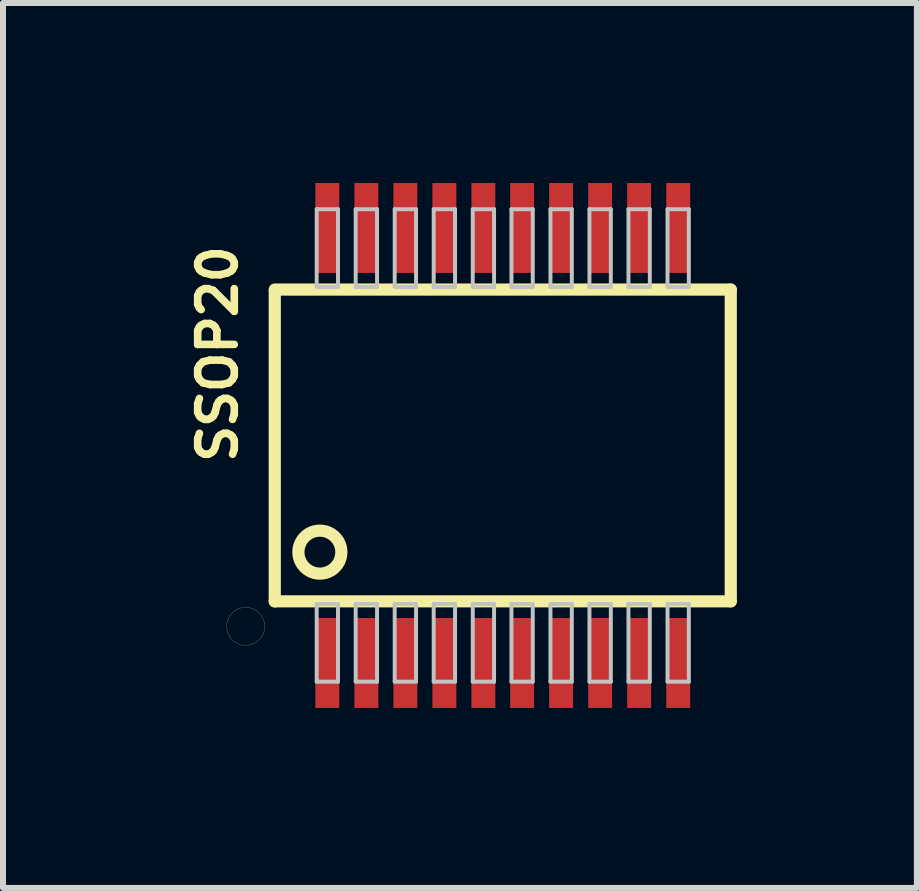
<source format=kicad_pcb>
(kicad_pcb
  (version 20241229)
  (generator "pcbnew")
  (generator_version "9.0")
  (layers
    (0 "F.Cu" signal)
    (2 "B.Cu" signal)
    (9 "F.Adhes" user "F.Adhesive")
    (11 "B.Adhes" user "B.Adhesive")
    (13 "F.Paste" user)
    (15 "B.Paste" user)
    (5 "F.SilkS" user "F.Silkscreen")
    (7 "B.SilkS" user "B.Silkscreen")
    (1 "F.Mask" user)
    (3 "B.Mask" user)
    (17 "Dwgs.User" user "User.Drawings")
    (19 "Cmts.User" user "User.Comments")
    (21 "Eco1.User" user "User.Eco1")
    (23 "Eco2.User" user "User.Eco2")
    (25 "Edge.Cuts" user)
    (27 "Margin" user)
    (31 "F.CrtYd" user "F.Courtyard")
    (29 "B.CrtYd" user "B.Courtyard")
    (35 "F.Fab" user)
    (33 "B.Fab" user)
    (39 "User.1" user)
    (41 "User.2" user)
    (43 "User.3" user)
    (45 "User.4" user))
  (footprint "SSOP20"
    (layer "F.Cu")
    (at 5.329 4.374)
    (property "Reference" "SSOP20" (at -4.75 -1.524 90) (layer "F.SilkS") (effects (font (size 0.61 0.61) (thickness 0.127))))
    (attr smd)
    (fp_line (start -4.602 3.015) (end -4.595 3.086) (stroke (width 0.003) (type solid)) (layer "F.SilkS"))
    (fp_line (start -4.595 2.944) (end -4.602 3.015) (stroke (width 0.003) (type solid)) (layer "F.SilkS"))
    (fp_line (start -4.595 3.086) (end -4.572 3.152) (stroke (width 0.003) (type solid)) (layer "F.SilkS"))
    (fp_line (start -4.572 2.878) (end -4.595 2.944) (stroke (width 0.003) (type solid)) (layer "F.SilkS"))
    (fp_line (start -4.572 3.152) (end -4.534 3.213) (stroke (width 0.003) (type solid)) (layer "F.SilkS"))
    (fp_line (start -4.534 2.817) (end -4.572 2.878) (stroke (width 0.003) (type solid)) (layer "F.SilkS"))
    (fp_line (start -4.534 3.213) (end -4.483 3.264) (stroke (width 0.003) (type solid)) (layer "F.SilkS"))
    (fp_line (start -4.483 2.766) (end -4.534 2.817) (stroke (width 0.003) (type solid)) (layer "F.SilkS"))
    (fp_line (start -4.483 3.264) (end -4.422 3.302) (stroke (width 0.003) (type solid)) (layer "F.SilkS"))
    (fp_line (start -4.422 2.728) (end -4.483 2.766) (stroke (width 0.003) (type solid)) (layer "F.SilkS"))
    (fp_line (start -4.422 3.302) (end -4.356 3.325) (stroke (width 0.003) (type solid)) (layer "F.SilkS"))
    (fp_line (start -4.356 2.705) (end -4.422 2.728) (stroke (width 0.003) (type solid)) (layer "F.SilkS"))
    (fp_line (start -4.356 3.325) (end -4.285 3.332) (stroke (width 0.003) (type solid)) (layer "F.SilkS"))
    (fp_line (start -4.285 2.697) (end -4.356 2.705) (stroke (width 0.003) (type solid)) (layer "F.SilkS"))
    (fp_line (start -4.285 3.332) (end -4.214 3.325) (stroke (width 0.003) (type solid)) (layer "F.SilkS"))
    (fp_line (start -4.214 2.705) (end -4.285 2.697) (stroke (width 0.003) (type solid)) (layer "F.SilkS"))
    (fp_line (start -4.214 3.325) (end -4.148 3.302) (stroke (width 0.003) (type solid)) (layer "F.SilkS"))
    (fp_line (start -4.148 2.728) (end -4.214 2.705) (stroke (width 0.003) (type solid)) (layer "F.SilkS"))
    (fp_line (start -4.148 3.302) (end -4.087 3.264) (stroke (width 0.003) (type solid)) (layer "F.SilkS"))
    (fp_line (start -4.087 2.766) (end -4.148 2.728) (stroke (width 0.003) (type solid)) (layer "F.SilkS"))
    (fp_line (start -4.087 3.264) (end -4.036 3.213) (stroke (width 0.003) (type solid)) (layer "F.SilkS"))
    (fp_line (start -4.036 2.817) (end -4.087 2.766) (stroke (width 0.003) (type solid)) (layer "F.SilkS"))
    (fp_line (start -4.036 3.213) (end -3.998 3.152) (stroke (width 0.003) (type solid)) (layer "F.SilkS"))
    (fp_line (start -3.998 2.878) (end -4.036 2.817) (stroke (width 0.003) (type solid)) (layer "F.SilkS"))
    (fp_line (start -3.998 3.152) (end -3.975 3.086) (stroke (width 0.003) (type solid)) (layer "F.SilkS"))
    (fp_line (start -3.975 2.944) (end -3.998 2.878) (stroke (width 0.003) (type solid)) (layer "F.SilkS"))
    (fp_line (start -3.975 3.086) (end -3.967 3.015) (stroke (width 0.003) (type solid)) (layer "F.SilkS"))
    (fp_line (start -3.967 3.015) (end -3.975 2.944) (stroke (width 0.003) (type solid)) (layer "F.SilkS"))
    (fp_line (start -3.823 -2.573) (end -3.8 -2.573) (stroke (width 0.127) (type solid)) (layer "F.SilkS"))
    (fp_line (start -3.8 -2.573) (end -3.8 2.598) (stroke (width 0.203) (type solid)) (layer "F.SilkS"))
    (fp_line (start -3.8 2.598) (end 3.8 2.598) (stroke (width 0.203) (type solid)) (layer "F.SilkS"))
    (fp_line (start 3.8 -2.598) (end -3.8 -2.598) (stroke (width 0.203) (type solid)) (layer "F.SilkS"))
    (fp_line (start 3.8 2.598) (end 3.8 -2.598) (stroke (width 0.203) (type solid)) (layer "F.SilkS"))
    (fp_circle (center -3.048 1.778) (end -3.048 1.42) (stroke (width 0.203) (type solid)) (fill no) (layer "F.SilkS"))
    (fp_line (start -3.101 -3.937) (end -2.746 -3.937) (stroke (width 0.066) (type solid)) (layer "Dwgs.User"))
    (fp_line (start -3.101 -2.642) (end -3.101 -3.937) (stroke (width 0.066) (type solid)) (layer "Dwgs.User"))
    (fp_line (start -3.101 -2.642) (end -2.746 -2.642) (stroke (width 0.066) (type solid)) (layer "Dwgs.User"))
    (fp_line (start -3.101 2.642) (end -2.746 2.642) (stroke (width 0.066) (type solid)) (layer "Dwgs.User"))
    (fp_line (start -3.101 3.937) (end -3.101 2.642) (stroke (width 0.066) (type solid)) (layer "Dwgs.User"))
    (fp_line (start -3.101 3.937) (end -2.746 3.937) (stroke (width 0.066) (type solid)) (layer "Dwgs.User"))
    (fp_line (start -2.746 -2.642) (end -2.746 -3.937) (stroke (width 0.066) (type solid)) (layer "Dwgs.User"))
    (fp_line (start -2.746 3.937) (end -2.746 2.642) (stroke (width 0.066) (type solid)) (layer "Dwgs.User"))
    (fp_line (start -2.451 -3.937) (end -2.095 -3.937) (stroke (width 0.066) (type solid)) (layer "Dwgs.User"))
    (fp_line (start -2.451 -2.642) (end -2.451 -3.937) (stroke (width 0.066) (type solid)) (layer "Dwgs.User"))
    (fp_line (start -2.451 -2.642) (end -2.095 -2.642) (stroke (width 0.066) (type solid)) (layer "Dwgs.User"))
    (fp_line (start -2.451 2.642) (end -2.095 2.642) (stroke (width 0.066) (type solid)) (layer "Dwgs.User"))
    (fp_line (start -2.451 3.937) (end -2.451 2.642) (stroke (width 0.066) (type solid)) (layer "Dwgs.User"))
    (fp_line (start -2.451 3.937) (end -2.095 3.937) (stroke (width 0.066) (type solid)) (layer "Dwgs.User"))
    (fp_line (start -2.095 -2.642) (end -2.095 -3.937) (stroke (width 0.066) (type solid)) (layer "Dwgs.User"))
    (fp_line (start -2.095 3.937) (end -2.095 2.642) (stroke (width 0.066) (type solid)) (layer "Dwgs.User"))
    (fp_line (start -1.801 -3.937) (end -1.445 -3.937) (stroke (width 0.066) (type solid)) (layer "Dwgs.User"))
    (fp_line (start -1.801 -2.642) (end -1.801 -3.937) (stroke (width 0.066) (type solid)) (layer "Dwgs.User"))
    (fp_line (start -1.801 -2.642) (end -1.445 -2.642) (stroke (width 0.066) (type solid)) (layer "Dwgs.User"))
    (fp_line (start -1.801 2.642) (end -1.445 2.642) (stroke (width 0.066) (type solid)) (layer "Dwgs.User"))
    (fp_line (start -1.801 3.937) (end -1.801 2.642) (stroke (width 0.066) (type solid)) (layer "Dwgs.User"))
    (fp_line (start -1.801 3.937) (end -1.445 3.937) (stroke (width 0.066) (type solid)) (layer "Dwgs.User"))
    (fp_line (start -1.445 -2.642) (end -1.445 -3.937) (stroke (width 0.066) (type solid)) (layer "Dwgs.User"))
    (fp_line (start -1.445 3.937) (end -1.445 2.642) (stroke (width 0.066) (type solid)) (layer "Dwgs.User"))
    (fp_line (start -1.151 -3.937) (end -0.795 -3.937) (stroke (width 0.066) (type solid)) (layer "Dwgs.User"))
    (fp_line (start -1.151 -2.642) (end -1.151 -3.937) (stroke (width 0.066) (type solid)) (layer "Dwgs.User"))
    (fp_line (start -1.151 -2.642) (end -0.795 -2.642) (stroke (width 0.066) (type solid)) (layer "Dwgs.User"))
    (fp_line (start -1.151 2.642) (end -0.795 2.642) (stroke (width 0.066) (type solid)) (layer "Dwgs.User"))
    (fp_line (start -1.151 3.937) (end -1.151 2.642) (stroke (width 0.066) (type solid)) (layer "Dwgs.User"))
    (fp_line (start -1.151 3.937) (end -0.795 3.937) (stroke (width 0.066) (type solid)) (layer "Dwgs.User"))
    (fp_line (start -0.795 -2.642) (end -0.795 -3.937) (stroke (width 0.066) (type solid)) (layer "Dwgs.User"))
    (fp_line (start -0.795 3.937) (end -0.795 2.642) (stroke (width 0.066) (type solid)) (layer "Dwgs.User"))
    (fp_line (start -0.5 -3.937) (end -0.145 -3.937) (stroke (width 0.066) (type solid)) (layer "Dwgs.User"))
    (fp_line (start -0.5 -2.642) (end -0.5 -3.937) (stroke (width 0.066) (type solid)) (layer "Dwgs.User"))
    (fp_line (start -0.5 -2.642) (end -0.145 -2.642) (stroke (width 0.066) (type solid)) (layer "Dwgs.User"))
    (fp_line (start -0.5 2.642) (end -0.145 2.642) (stroke (width 0.066) (type solid)) (layer "Dwgs.User"))
    (fp_line (start -0.5 3.937) (end -0.5 2.642) (stroke (width 0.066) (type solid)) (layer "Dwgs.User"))
    (fp_line (start -0.5 3.937) (end -0.145 3.937) (stroke (width 0.066) (type solid)) (layer "Dwgs.User"))
    (fp_line (start -0.145 -2.642) (end -0.145 -3.937) (stroke (width 0.066) (type solid)) (layer "Dwgs.User"))
    (fp_line (start -0.145 3.937) (end -0.145 2.642) (stroke (width 0.066) (type solid)) (layer "Dwgs.User"))
    (fp_line (start 0.145 -3.937) (end 0.5 -3.937) (stroke (width 0.066) (type solid)) (layer "Dwgs.User"))
    (fp_line (start 0.145 -2.642) (end 0.145 -3.937) (stroke (width 0.066) (type solid)) (layer "Dwgs.User"))
    (fp_line (start 0.145 -2.642) (end 0.5 -2.642) (stroke (width 0.066) (type solid)) (layer "Dwgs.User"))
    (fp_line (start 0.145 2.642) (end 0.5 2.642) (stroke (width 0.066) (type solid)) (layer "Dwgs.User"))
    (fp_line (start 0.145 3.937) (end 0.145 2.642) (stroke (width 0.066) (type solid)) (layer "Dwgs.User"))
    (fp_line (start 0.145 3.937) (end 0.5 3.937) (stroke (width 0.066) (type solid)) (layer "Dwgs.User"))
    (fp_line (start 0.5 -2.642) (end 0.5 -3.937) (stroke (width 0.066) (type solid)) (layer "Dwgs.User"))
    (fp_line (start 0.5 3.937) (end 0.5 2.642) (stroke (width 0.066) (type solid)) (layer "Dwgs.User"))
    (fp_line (start 0.795 -3.937) (end 1.151 -3.937) (stroke (width 0.066) (type solid)) (layer "Dwgs.User"))
    (fp_line (start 0.795 -2.642) (end 0.795 -3.937) (stroke (width 0.066) (type solid)) (layer "Dwgs.User"))
    (fp_line (start 0.795 -2.642) (end 1.151 -2.642) (stroke (width 0.066) (type solid)) (layer "Dwgs.User"))
    (fp_line (start 0.795 2.642) (end 1.151 2.642) (stroke (width 0.066) (type solid)) (layer "Dwgs.User"))
    (fp_line (start 0.795 3.937) (end 0.795 2.642) (stroke (width 0.066) (type solid)) (layer "Dwgs.User"))
    (fp_line (start 0.795 3.937) (end 1.151 3.937) (stroke (width 0.066) (type solid)) (layer "Dwgs.User"))
    (fp_line (start 1.151 -2.642) (end 1.151 -3.937) (stroke (width 0.066) (type solid)) (layer "Dwgs.User"))
    (fp_line (start 1.151 3.937) (end 1.151 2.642) (stroke (width 0.066) (type solid)) (layer "Dwgs.User"))
    (fp_line (start 1.445 -3.937) (end 1.801 -3.937) (stroke (width 0.066) (type solid)) (layer "Dwgs.User"))
    (fp_line (start 1.445 -2.642) (end 1.445 -3.937) (stroke (width 0.066) (type solid)) (layer "Dwgs.User"))
    (fp_line (start 1.445 -2.642) (end 1.801 -2.642) (stroke (width 0.066) (type solid)) (layer "Dwgs.User"))
    (fp_line (start 1.445 2.642) (end 1.801 2.642) (stroke (width 0.066) (type solid)) (layer "Dwgs.User"))
    (fp_line (start 1.445 3.937) (end 1.445 2.642) (stroke (width 0.066) (type solid)) (layer "Dwgs.User"))
    (fp_line (start 1.445 3.937) (end 1.801 3.937) (stroke (width 0.066) (type solid)) (layer "Dwgs.User"))
    (fp_line (start 1.801 -2.642) (end 1.801 -3.937) (stroke (width 0.066) (type solid)) (layer "Dwgs.User"))
    (fp_line (start 1.801 3.937) (end 1.801 2.642) (stroke (width 0.066) (type solid)) (layer "Dwgs.User"))
    (fp_line (start 2.095 -3.937) (end 2.451 -3.937) (stroke (width 0.066) (type solid)) (layer "Dwgs.User"))
    (fp_line (start 2.095 -2.642) (end 2.095 -3.937) (stroke (width 0.066) (type solid)) (layer "Dwgs.User"))
    (fp_line (start 2.095 -2.642) (end 2.451 -2.642) (stroke (width 0.066) (type solid)) (layer "Dwgs.User"))
    (fp_line (start 2.095 2.642) (end 2.451 2.642) (stroke (width 0.066) (type solid)) (layer "Dwgs.User"))
    (fp_line (start 2.095 3.937) (end 2.095 2.642) (stroke (width 0.066) (type solid)) (layer "Dwgs.User"))
    (fp_line (start 2.095 3.937) (end 2.451 3.937) (stroke (width 0.066) (type solid)) (layer "Dwgs.User"))
    (fp_line (start 2.451 -2.642) (end 2.451 -3.937) (stroke (width 0.066) (type solid)) (layer "Dwgs.User"))
    (fp_line (start 2.451 3.937) (end 2.451 2.642) (stroke (width 0.066) (type solid)) (layer "Dwgs.User"))
    (fp_line (start 2.746 -3.937) (end 3.101 -3.937) (stroke (width 0.066) (type solid)) (layer "Dwgs.User"))
    (fp_line (start 2.746 -2.642) (end 2.746 -3.937) (stroke (width 0.066) (type solid)) (layer "Dwgs.User"))
    (fp_line (start 2.746 -2.642) (end 3.101 -2.642) (stroke (width 0.066) (type solid)) (layer "Dwgs.User"))
    (fp_line (start 2.746 2.642) (end 3.101 2.642) (stroke (width 0.066) (type solid)) (layer "Dwgs.User"))
    (fp_line (start 2.746 3.937) (end 2.746 2.642) (stroke (width 0.066) (type solid)) (layer "Dwgs.User"))
    (fp_line (start 2.746 3.937) (end 3.101 3.937) (stroke (width 0.066) (type solid)) (layer "Dwgs.User"))
    (fp_line (start 3.101 -2.642) (end 3.101 -3.937) (stroke (width 0.066) (type solid)) (layer "Dwgs.User"))
    (fp_line (start 3.101 3.937) (end 3.101 2.642) (stroke (width 0.066) (type solid)) (layer "Dwgs.User"))
    (pad "1" smd rect (at -2.924 3.625) (size 0.399 1.499) (layers "F.Cu" "F.Mask" "F.Paste"))
    (pad "2" smd rect (at -2.273 3.625) (size 0.399 1.499) (layers "F.Cu" "F.Mask" "F.Paste"))
    (pad "3" smd rect (at -1.623 3.625) (size 0.399 1.499) (layers "F.Cu" "F.Mask" "F.Paste"))
    (pad "4" smd rect (at -0.973 3.625) (size 0.399 1.499) (layers "F.Cu" "F.Mask" "F.Paste"))
    (pad "5" smd rect (at -0.323 3.625) (size 0.399 1.499) (layers "F.Cu" "F.Mask" "F.Paste"))
    (pad "6" smd rect (at 0.323 3.625) (size 0.399 1.499) (layers "F.Cu" "F.Mask" "F.Paste"))
    (pad "7" smd rect (at 0.973 3.625) (size 0.399 1.499) (layers "F.Cu" "F.Mask" "F.Paste"))
    (pad "8" smd rect (at 1.623 3.625) (size 0.399 1.499) (layers "F.Cu" "F.Mask" "F.Paste"))
    (pad "9" smd rect (at 2.273 3.625) (size 0.399 1.499) (layers "F.Cu" "F.Mask" "F.Paste"))
    (pad "10" smd rect (at 2.924 3.625) (size 0.399 1.499) (layers "F.Cu" "F.Mask" "F.Paste"))
    (pad "11" smd rect (at 2.924 -3.625) (size 0.399 1.499) (layers "F.Cu" "F.Mask" "F.Paste"))
    (pad "12" smd rect (at 2.273 -3.625) (size 0.399 1.499) (layers "F.Cu" "F.Mask" "F.Paste"))
    (pad "13" smd rect (at 1.623 -3.625) (size 0.399 1.499) (layers "F.Cu" "F.Mask" "F.Paste"))
    (pad "14" smd rect (at 0.973 -3.625) (size 0.399 1.499) (layers "F.Cu" "F.Mask" "F.Paste"))
    (pad "15" smd rect (at 0.323 -3.625) (size 0.399 1.499) (layers "F.Cu" "F.Mask" "F.Paste"))
    (pad "16" smd rect (at -0.323 -3.625) (size 0.399 1.499) (layers "F.Cu" "F.Mask" "F.Paste"))
    (pad "17" smd rect (at -0.973 -3.625) (size 0.399 1.499) (layers "F.Cu" "F.Mask" "F.Paste"))
    (pad "18" smd rect (at -1.623 -3.625) (size 0.399 1.499) (layers "F.Cu" "F.Mask" "F.Paste"))
    (pad "19" smd rect (at -2.273 -3.625) (size 0.399 1.499) (layers "F.Cu" "F.Mask" "F.Paste"))
    (pad "20" smd rect (at -2.924 -3.625) (size 0.399 1.499) (layers "F.Cu" "F.Mask" "F.Paste")))
  (gr_rect
    (start -3 -3)
    (end 12.231 11.748)
    (stroke (width 0.1) (type default))
    (fill no)
    (layer "Edge.Cuts")))
</source>
